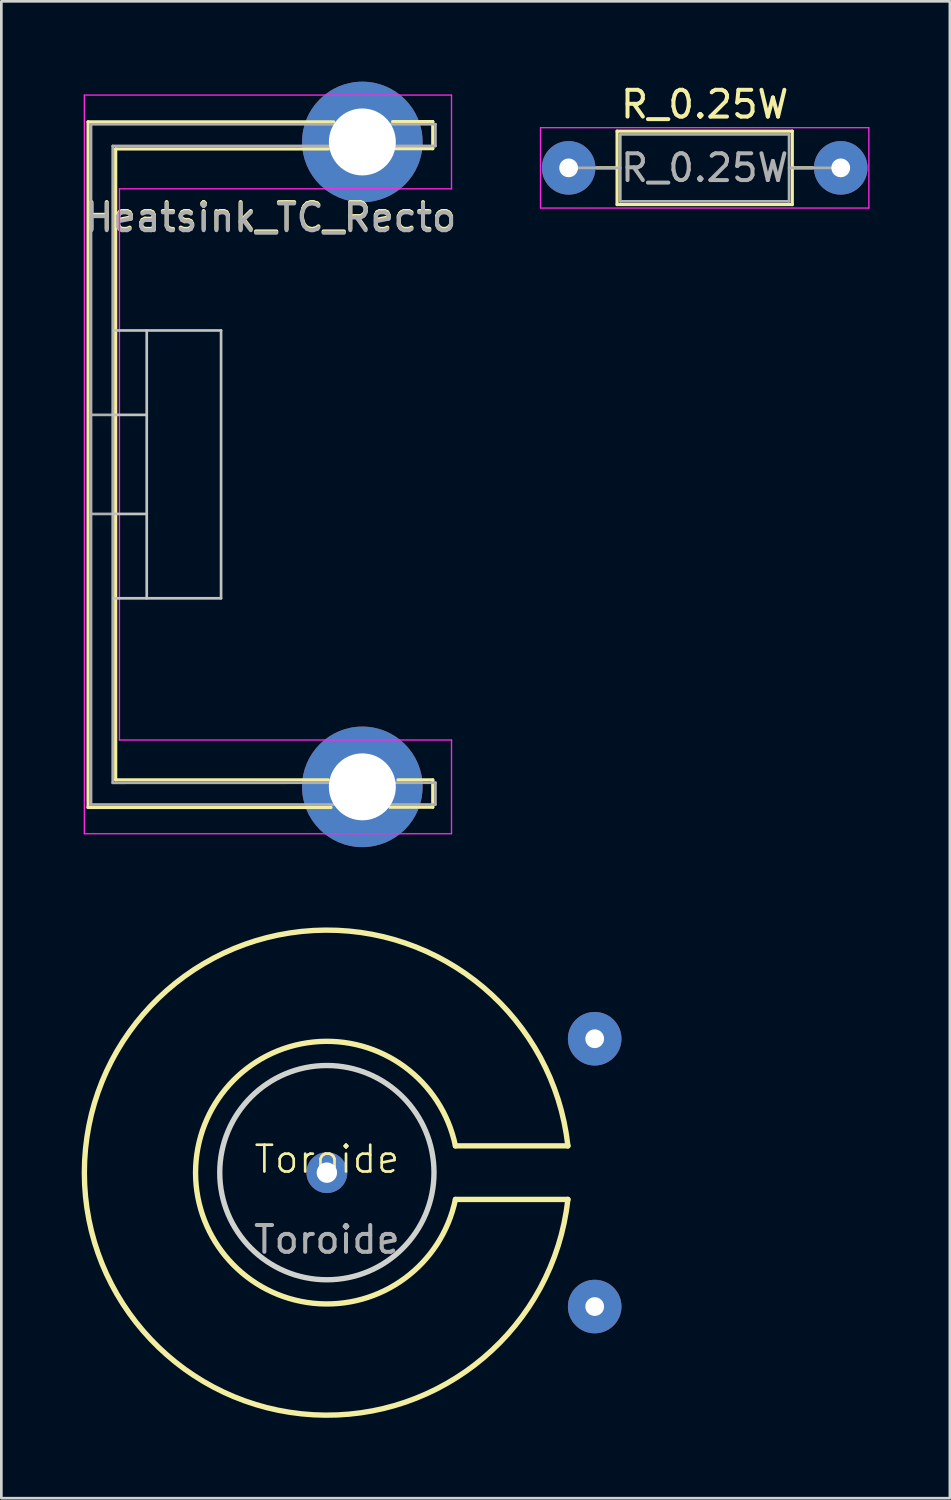
<source format=kicad_pcb>
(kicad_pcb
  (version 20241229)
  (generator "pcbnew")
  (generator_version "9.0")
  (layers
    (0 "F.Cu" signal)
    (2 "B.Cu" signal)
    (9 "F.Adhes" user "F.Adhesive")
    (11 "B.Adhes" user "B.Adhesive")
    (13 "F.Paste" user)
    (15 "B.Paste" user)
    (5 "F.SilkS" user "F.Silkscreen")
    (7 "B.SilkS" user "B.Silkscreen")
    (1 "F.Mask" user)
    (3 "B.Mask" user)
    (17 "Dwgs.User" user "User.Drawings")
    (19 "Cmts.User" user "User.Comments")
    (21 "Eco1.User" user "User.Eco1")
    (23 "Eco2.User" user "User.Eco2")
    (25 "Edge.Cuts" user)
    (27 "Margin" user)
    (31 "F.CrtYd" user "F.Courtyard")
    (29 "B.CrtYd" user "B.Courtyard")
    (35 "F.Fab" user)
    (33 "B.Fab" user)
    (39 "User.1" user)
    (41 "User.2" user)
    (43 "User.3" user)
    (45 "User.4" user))
  (footprint "Toroide"
    (layer "F.Cu")
    (at 9.155 40.735)
    (property "Reference" "Toroide" (at 0 -0.5 0) (unlocked yes) (layer "F.SilkS") (effects (font (size 1 1) (thickness 0.1))))
    (attr through_hole)
    (fp_line (start 9 -1) (end 4.8 -1) (stroke (width 0.2) (type default)) (layer "F.SilkS"))
    (fp_line (start 9 1) (end 4.8 1) (stroke (width 0.2) (type default)) (layer "F.SilkS"))
    (fp_arc (start 4.8 1) (mid -4.90306 0) (end 4.8 -1) (stroke (width 0.2) (type default)) (layer "F.SilkS"))
    (fp_arc (start 9 1) (mid -9.055385 0) (end 9 -1) (stroke (width 0.2) (type default)) (layer "F.SilkS"))
    (fp_circle (center 0 0) (end 4 0) (stroke (width 0.2) (type default)) (fill no) (layer "Edge.Cuts"))
    (fp_text user "${REFERENCE}" (at 0 2.5 0) (unlocked yes) (layer "F.Fab") (effects (font (size 1 1) (thickness 0.15))))
    (pad "" np_thru_hole circle (at 0 0) (size 1.524 1.524) (drill 0.762) (layers "*.Cu" "*.Mask"))
    (pad "1" thru_hole circle (at 10 -5) (size 2 2) (drill 0.7) (layers "*.Cu" "*.Mask"))
    (pad "2" thru_hole circle (at 10 5) (size 2 2) (drill 0.7) (layers "*.Cu" "*.Mask")))
  (footprint "Heatsink_TC_Recto"
    (layer "F.Cu")
    (at 10.509 2.25)
    (property "Reference" "Heatsink_TC_Recto" (at -3.455 2.79 0) (layer "F.SilkS") (effects (font (size 1 1) (thickness 0.15))))
    (attr through_hole)
    (fp_line (start -10.27 -0.75) (end -10.27 24.85) (stroke (width 0.12) (type solid)) (layer "F.SilkS"))
    (fp_line (start -10.27 -0.75) (end -1.1 -0.75) (stroke (width 0.12) (type solid)) (layer "F.SilkS"))
    (fp_line (start -10.27 24.85) (end -1.2 24.85) (stroke (width 0.12) (type solid)) (layer "F.SilkS"))
    (fp_line (start -9.24 0.26) (end -9.24 23.82) (stroke (width 0.12) (type solid)) (layer "F.SilkS"))
    (fp_line (start -9.24 0.26) (end -1.3 0.26) (stroke (width 0.12) (type solid)) (layer "F.SilkS"))
    (fp_line (start -9.24 23.82) (end -1.3 23.82) (stroke (width 0.12) (type solid)) (layer "F.SilkS"))
    (fp_line (start 1 24.84) (end 2.6 24.84) (stroke (width 0.12) (type solid)) (layer "F.SilkS"))
    (fp_line (start 1.1 -0.76) (end 2.6 -0.76) (stroke (width 0.12) (type solid)) (layer "F.SilkS"))
    (fp_line (start 1.2 0.25) (end 2.6 0.25) (stroke (width 0.12) (type solid)) (layer "F.SilkS"))
    (fp_line (start 1.3 23.82) (end 2.6 23.82) (stroke (width 0.12) (type solid)) (layer "F.SilkS"))
    (fp_line (start 2.6 -0.76) (end 2.6 0.25) (stroke (width 0.12) (type solid)) (layer "F.SilkS"))
    (fp_line (start 2.6 24.84) (end 2.6 23.82) (stroke (width 0.12) (type solid)) (layer "F.SilkS"))
    (fp_line (start -9.35 10.19) (end -8.08 10.19) (stroke (width 0.1) (type solid)) (layer "Dwgs.User"))
    (fp_line (start -9.35 13.89) (end -8.08 13.89) (stroke (width 0.1) (type solid)) (layer "Dwgs.User"))
    (fp_line (start -9.305 7.04) (end -5.305 7.04) (stroke (width 0.1) (type solid)) (layer "Dwgs.User"))
    (fp_line (start -8.08 7.04) (end -8.08 17.04) (stroke (width 0.1) (type solid)) (layer "Dwgs.User"))
    (fp_line (start -5.305 7.04) (end -5.305 17.04) (stroke (width 0.1) (type solid)) (layer "Dwgs.User"))
    (fp_line (start -5.305 17.04) (end -9.305 17.04) (stroke (width 0.1) (type solid)) (layer "Dwgs.User"))
    (fp_line (start -10.41 -1.75) (end -10.41 25.83) (stroke (width 0.05) (type solid)) (layer "F.CrtYd"))
    (fp_line (start -10.41 25.83) (end 3.3 25.83) (stroke (width 0.05) (type solid)) (layer "F.CrtYd"))
    (fp_line (start -9.1 1.75) (end -9.1 22.33) (stroke (width 0.05) (type solid)) (layer "F.CrtYd"))
    (fp_line (start -9.1 1.75) (end 3.3 1.75) (stroke (width 0.05) (type solid)) (layer "F.CrtYd"))
    (fp_line (start -9.1 22.33) (end 3.3 22.33) (stroke (width 0.05) (type solid)) (layer "F.CrtYd"))
    (fp_line (start 3.3 -1.75) (end -10.41 -1.75) (stroke (width 0.05) (type solid)) (layer "F.CrtYd"))
    (fp_line (start 3.3 -1.75) (end 3.3 1.75) (stroke (width 0.05) (type solid)) (layer "F.CrtYd"))
    (fp_line (start 3.3 22.33) (end 3.3 25.83) (stroke (width 0.05) (type solid)) (layer "F.CrtYd"))
    (fp_line (start -10.16 -0.66) (end -10.16 24.74) (stroke (width 0.1) (type solid)) (layer "F.Fab"))
    (fp_line (start -10.16 -0.66) (end 2.7 -0.66) (stroke (width 0.1) (type solid)) (layer "F.Fab"))
    (fp_line (start -10.15 10.19) (end -9.35 10.19) (stroke (width 0.1) (type solid)) (layer "F.Fab"))
    (fp_line (start -10.15 13.89) (end -9.35 13.89) (stroke (width 0.1) (type solid)) (layer "F.Fab"))
    (fp_line (start -9.35 0.15) (end -9.35 23.93) (stroke (width 0.1) (type solid)) (layer "F.Fab"))
    (fp_line (start -9.35 0.15) (end 2.7 0.15) (stroke (width 0.1) (type solid)) (layer "F.Fab"))
    (fp_line (start 2.7 -0.66) (end 2.7 0.15) (stroke (width 0.1) (type solid)) (layer "F.Fab"))
    (fp_line (start 2.7 23.925) (end -9.35 23.93) (stroke (width 0.1) (type solid)) (layer "F.Fab"))
    (fp_line (start 2.7 23.925) (end 2.7 24.735) (stroke (width 0.1) (type solid)) (layer "F.Fab"))
    (fp_line (start 2.7 24.74) (end -10.155 24.74) (stroke (width 0.1) (type solid)) (layer "F.Fab"))
    (fp_text user "${REFERENCE}" (at -3.455 2.84 0) (layer "F.Fab") (effects (font (size 1 1) (thickness 0.15))))
    (pad "1" thru_hole circle (at -0.03 0) (size 4.5 4.5) (drill 2.5) (layers "*.Cu" "*.Mask"))
    (pad "2" thru_hole circle (at -0.03 24.08) (size 4.5 4.5) (drill 2.5) (layers "*.Cu" "*.Mask")))
  (footprint "R_0.25W"
    (layer "F.Cu")
    (at 18.182 3.218)
    (property "Reference" "R_0.25W" (at 5.08 -2.37 0) (layer "F.SilkS") (effects (font (size 1 1) (thickness 0.15))))
    (attr through_hole)
    (fp_line (start 1.04 0) (end 1.81 0) (stroke (width 0.12) (type solid)) (layer "F.SilkS"))
    (fp_line (start 1.81 -1.37) (end 1.81 1.37) (stroke (width 0.12) (type solid)) (layer "F.SilkS"))
    (fp_line (start 1.81 1.37) (end 8.35 1.37) (stroke (width 0.12) (type solid)) (layer "F.SilkS"))
    (fp_line (start 8.35 -1.37) (end 1.81 -1.37) (stroke (width 0.12) (type solid)) (layer "F.SilkS"))
    (fp_line (start 8.35 1.37) (end 8.35 -1.37) (stroke (width 0.12) (type solid)) (layer "F.SilkS"))
    (fp_line (start 9.12 0) (end 8.35 0) (stroke (width 0.12) (type solid)) (layer "F.SilkS"))
    (fp_line (start -1.05 -1.5) (end -1.05 1.5) (stroke (width 0.05) (type solid)) (layer "F.CrtYd"))
    (fp_line (start -1.05 1.5) (end 11.21 1.5) (stroke (width 0.05) (type solid)) (layer "F.CrtYd"))
    (fp_line (start 11.21 -1.5) (end -1.05 -1.5) (stroke (width 0.05) (type solid)) (layer "F.CrtYd"))
    (fp_line (start 11.21 1.5) (end 11.21 -1.5) (stroke (width 0.05) (type solid)) (layer "F.CrtYd"))
    (fp_line (start 0 0) (end 1.93 0) (stroke (width 0.1) (type solid)) (layer "F.Fab"))
    (fp_line (start 1.93 -1.25) (end 1.93 1.25) (stroke (width 0.1) (type solid)) (layer "F.Fab"))
    (fp_line (start 1.93 1.25) (end 8.23 1.25) (stroke (width 0.1) (type solid)) (layer "F.Fab"))
    (fp_line (start 8.23 -1.25) (end 1.93 -1.25) (stroke (width 0.1) (type solid)) (layer "F.Fab"))
    (fp_line (start 8.23 1.25) (end 8.23 -1.25) (stroke (width 0.1) (type solid)) (layer "F.Fab"))
    (fp_line (start 10.16 0) (end 8.23 0) (stroke (width 0.1) (type solid)) (layer "F.Fab"))
    (fp_text user "${REFERENCE}" (at 5.08 0 0) (layer "F.Fab") (effects (font (size 1 1) (thickness 0.15))))
    (pad "1" thru_hole circle (at 0 0) (size 2 2) (drill 0.7) (layers "*.Cu" "*.Mask"))
    (pad "2" thru_hole circle (at 10.16 0) (size 2 2) (drill 0.7) (layers "*.Cu" "*.Mask")))
  (gr_rect
    (start -3 -3)
    (end 32.417 52.891)
    (stroke (width 0.1) (type default))
    (fill no)
    (layer "Edge.Cuts")))
</source>
